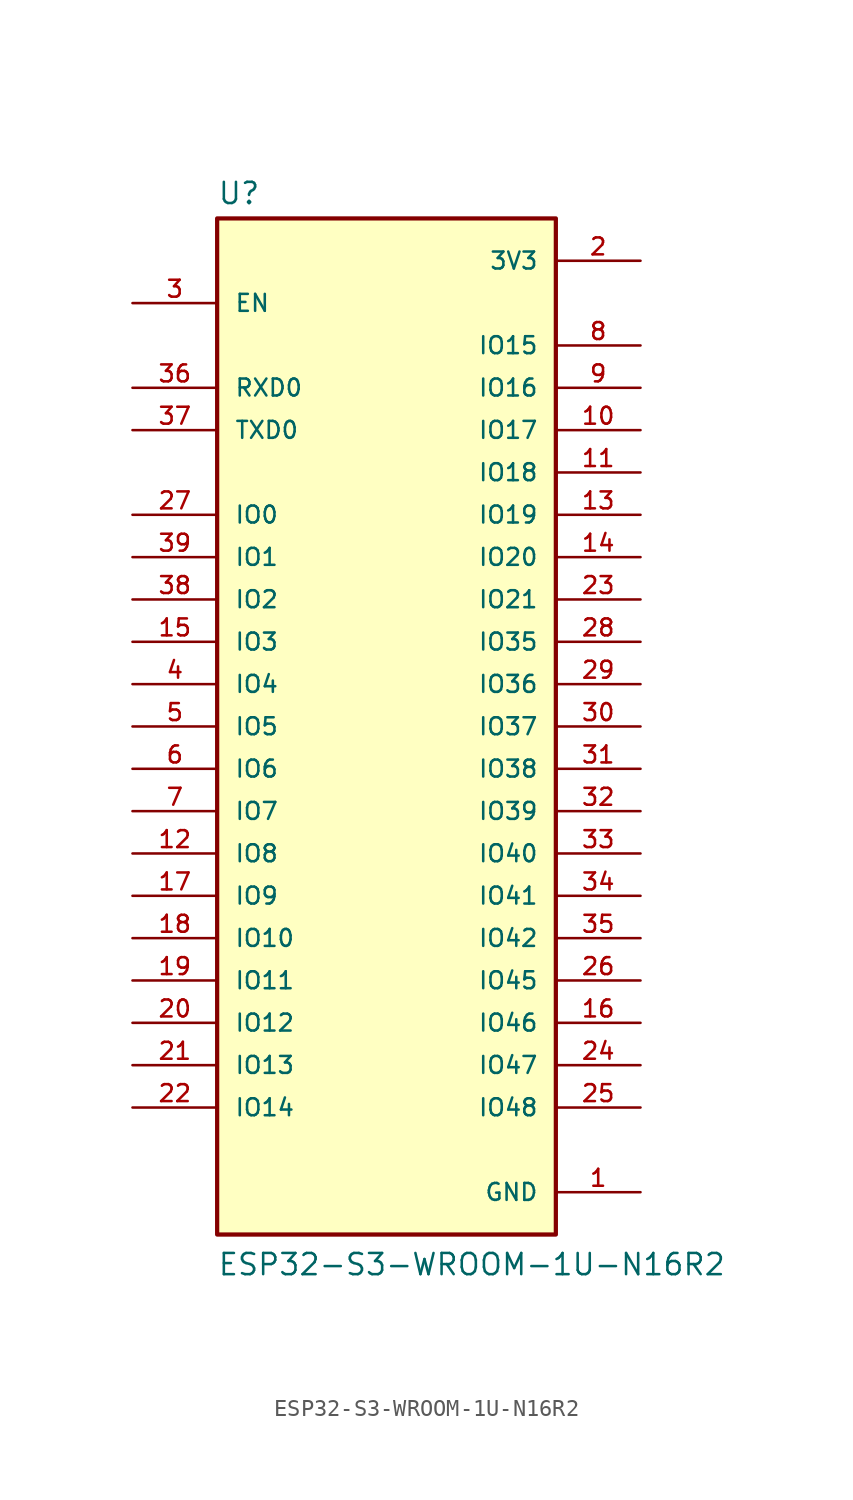
<source format=kicad_sym>
(kicad_symbol_lib
  (version 20211014)
  (generator kicad_symbol_editor)
  (symbol "ESP32-S3-WROOM-1U-N16R2"
    (pin_names
      (offset 1.016))
    (property "Reference" "U"
      (at -10.16 31.242 0)
      (effects (font (size 1.27 1.27)) (justify bottom left)))
    (property "Value" "ESP32-S3-WROOM-1U-N16R2"
      (at -10.16 -33.02 0)
      (effects (font (size 1.27 1.27)) (justify bottom left)))
    (symbol "ESP32-S3-WROOM-1U-N16R2_0_0"
      (rectangle (start -10.16 -30.48) (end 10.16 30.48) (stroke (width 0.254)) (fill (type background)))
      (pin power_in line (at 15.24 -27.94 180.0) (length 5.08) (name "GND" (effects (font (size 1.016 1.016)))) (number "1" (effects (font (size 1.016 1.016)))))
      (pin power_in line (at 15.24 -27.94 180.0) (length 5.08) hide (name "GND" (effects (font (size 1.016 1.016)))) (number "40" (effects (font (size 1.016 1.016)))))
      (pin power_in line (at 15.24 -27.94 180.0) (length 5.08) hide (name "GND" (effects (font (size 1.016 1.016)))) (number "41_1" (effects (font (size 1.016 1.016)))))
      (pin power_in line (at 15.24 -27.94 180.0) (length 5.08) hide (name "GND" (effects (font (size 1.016 1.016)))) (number "41_2" (effects (font (size 1.016 1.016)))))
      (pin power_in line (at 15.24 -27.94 180.0) (length 5.08) hide (name "GND" (effects (font (size 1.016 1.016)))) (number "41_3" (effects (font (size 1.016 1.016)))))
      (pin power_in line (at 15.24 -27.94 180.0) (length 5.08) hide (name "GND" (effects (font (size 1.016 1.016)))) (number "41_4" (effects (font (size 1.016 1.016)))))
      (pin power_in line (at 15.24 -27.94 180.0) (length 5.08) hide (name "GND" (effects (font (size 1.016 1.016)))) (number "41_5" (effects (font (size 1.016 1.016)))))
      (pin power_in line (at 15.24 -27.94 180.0) (length 5.08) hide (name "GND" (effects (font (size 1.016 1.016)))) (number "41_6" (effects (font (size 1.016 1.016)))))
      (pin power_in line (at 15.24 -27.94 180.0) (length 5.08) hide (name "GND" (effects (font (size 1.016 1.016)))) (number "41_7" (effects (font (size 1.016 1.016)))))
      (pin power_in line (at 15.24 -27.94 180.0) (length 5.08) hide (name "GND" (effects (font (size 1.016 1.016)))) (number "41_8" (effects (font (size 1.016 1.016)))))
      (pin power_in line (at 15.24 -27.94 180.0) (length 5.08) hide (name "GND" (effects (font (size 1.016 1.016)))) (number "41_9" (effects (font (size 1.016 1.016)))))
      (pin power_in line (at 15.24 27.94 180.0) (length 5.08) (name "3V3" (effects (font (size 1.016 1.016)))) (number "2" (effects (font (size 1.016 1.016)))))
      (pin input line (at -15.24 25.4 0) (length 5.08) (name "EN" (effects (font (size 1.016 1.016)))) (number "3" (effects (font (size 1.016 1.016)))))
      (pin bidirectional line (at 15.24 5.08 180.0) (length 5.08) (name "IO35" (effects (font (size 1.016 1.016)))) (number "28" (effects (font (size 1.016 1.016)))))
      (pin bidirectional line (at 15.24 -22.86 180.0) (length 5.08) (name "IO48" (effects (font (size 1.016 1.016)))) (number "25" (effects (font (size 1.016 1.016)))))
      (pin bidirectional line (at 15.24 -10.16 180.0) (length 5.08) (name "IO41" (effects (font (size 1.016 1.016)))) (number "34" (effects (font (size 1.016 1.016)))))
      (pin bidirectional line (at 15.24 -5.08 180.0) (length 5.08) (name "IO39" (effects (font (size 1.016 1.016)))) (number "32" (effects (font (size 1.016 1.016)))))
      (pin bidirectional line (at 15.24 -20.32 180.0) (length 5.08) (name "IO47" (effects (font (size 1.016 1.016)))) (number "24" (effects (font (size 1.016 1.016)))))
      (pin bidirectional line (at 15.24 -7.62 180.0) (length 5.08) (name "IO40" (effects (font (size 1.016 1.016)))) (number "33" (effects (font (size 1.016 1.016)))))
      (pin bidirectional line (at -15.24 -22.86 0) (length 5.08) (name "IO14" (effects (font (size 1.016 1.016)))) (number "22" (effects (font (size 1.016 1.016)))))
      (pin bidirectional line (at -15.24 -17.78 0) (length 5.08) (name "IO12" (effects (font (size 1.016 1.016)))) (number "20" (effects (font (size 1.016 1.016)))))
      (pin bidirectional line (at -15.24 -20.32 0) (length 5.08) (name "IO13" (effects (font (size 1.016 1.016)))) (number "21" (effects (font (size 1.016 1.016)))))
      (pin bidirectional line (at 15.24 22.86 180.0) (length 5.08) (name "IO15" (effects (font (size 1.016 1.016)))) (number "8" (effects (font (size 1.016 1.016)))))
      (pin bidirectional line (at -15.24 7.62 0) (length 5.08) (name "IO2" (effects (font (size 1.016 1.016)))) (number "38" (effects (font (size 1.016 1.016)))))
      (pin bidirectional line (at -15.24 12.7 0) (length 5.08) (name "IO0" (effects (font (size 1.016 1.016)))) (number "27" (effects (font (size 1.016 1.016)))))
      (pin bidirectional line (at -15.24 2.54 0) (length 5.08) (name "IO4" (effects (font (size 1.016 1.016)))) (number "4" (effects (font (size 1.016 1.016)))))
      (pin bidirectional line (at 15.24 20.32 180.0) (length 5.08) (name "IO16" (effects (font (size 1.016 1.016)))) (number "9" (effects (font (size 1.016 1.016)))))
      (pin bidirectional line (at 15.24 17.78 180.0) (length 5.08) (name "IO17" (effects (font (size 1.016 1.016)))) (number "10" (effects (font (size 1.016 1.016)))))
      (pin bidirectional line (at -15.24 0.0 0) (length 5.08) (name "IO5" (effects (font (size 1.016 1.016)))) (number "5" (effects (font (size 1.016 1.016)))))
      (pin bidirectional line (at 15.24 15.24 180.0) (length 5.08) (name "IO18" (effects (font (size 1.016 1.016)))) (number "11" (effects (font (size 1.016 1.016)))))
      (pin bidirectional line (at 15.24 12.7 180.0) (length 5.08) (name "IO19" (effects (font (size 1.016 1.016)))) (number "13" (effects (font (size 1.016 1.016)))))
      (pin bidirectional line (at 15.24 7.62 180.0) (length 5.08) (name "IO21" (effects (font (size 1.016 1.016)))) (number "23" (effects (font (size 1.016 1.016)))))
      (pin bidirectional line (at 15.24 0.0 180.0) (length 5.08) (name "IO37" (effects (font (size 1.016 1.016)))) (number "30" (effects (font (size 1.016 1.016)))))
      (pin bidirectional line (at 15.24 -2.54 180.0) (length 5.08) (name "IO38" (effects (font (size 1.016 1.016)))) (number "31" (effects (font (size 1.016 1.016)))))
      (pin bidirectional line (at -15.24 10.16 0) (length 5.08) (name "IO1" (effects (font (size 1.016 1.016)))) (number "39" (effects (font (size 1.016 1.016)))))
      (pin bidirectional line (at -15.24 5.08 0) (length 5.08) (name "IO3" (effects (font (size 1.016 1.016)))) (number "15" (effects (font (size 1.016 1.016)))))
      (pin bidirectional line (at -15.24 -2.54 0) (length 5.08) (name "IO6" (effects (font (size 1.016 1.016)))) (number "6" (effects (font (size 1.016 1.016)))))
      (pin bidirectional line (at -15.24 -5.08 0) (length 5.08) (name "IO7" (effects (font (size 1.016 1.016)))) (number "7" (effects (font (size 1.016 1.016)))))
      (pin bidirectional line (at -15.24 -7.62 0) (length 5.08) (name "IO8" (effects (font (size 1.016 1.016)))) (number "12" (effects (font (size 1.016 1.016)))))
      (pin bidirectional line (at -15.24 -10.16 0) (length 5.08) (name "IO9" (effects (font (size 1.016 1.016)))) (number "17" (effects (font (size 1.016 1.016)))))
      (pin bidirectional line (at -15.24 -12.7 0) (length 5.08) (name "IO10" (effects (font (size 1.016 1.016)))) (number "18" (effects (font (size 1.016 1.016)))))
      (pin bidirectional line (at -15.24 -15.24 0) (length 5.08) (name "IO11" (effects (font (size 1.016 1.016)))) (number "19" (effects (font (size 1.016 1.016)))))
      (pin bidirectional line (at 15.24 2.54 180.0) (length 5.08) (name "IO36" (effects (font (size 1.016 1.016)))) (number "29" (effects (font (size 1.016 1.016)))))
      (pin bidirectional line (at 15.24 -12.7 180.0) (length 5.08) (name "IO42" (effects (font (size 1.016 1.016)))) (number "35" (effects (font (size 1.016 1.016)))))
      (pin bidirectional line (at 15.24 10.16 180.0) (length 5.08) (name "IO20" (effects (font (size 1.016 1.016)))) (number "14" (effects (font (size 1.016 1.016)))))
      (pin bidirectional line (at -15.24 17.78 0) (length 5.08) (name "TXD0" (effects (font (size 1.016 1.016)))) (number "37" (effects (font (size 1.016 1.016)))))
      (pin bidirectional line (at -15.24 20.32 0) (length 5.08) (name "RXD0" (effects (font (size 1.016 1.016)))) (number "36" (effects (font (size 1.016 1.016)))))
      (pin bidirectional line (at 15.24 -15.24 180.0) (length 5.08) (name "IO45" (effects (font (size 1.016 1.016)))) (number "26" (effects (font (size 1.016 1.016)))))
      (pin bidirectional line (at 15.24 -17.78 180.0) (length 5.08) (name "IO46" (effects (font (size 1.016 1.016)))) (number "16" (effects (font (size 1.016 1.016))))))))
</source>
